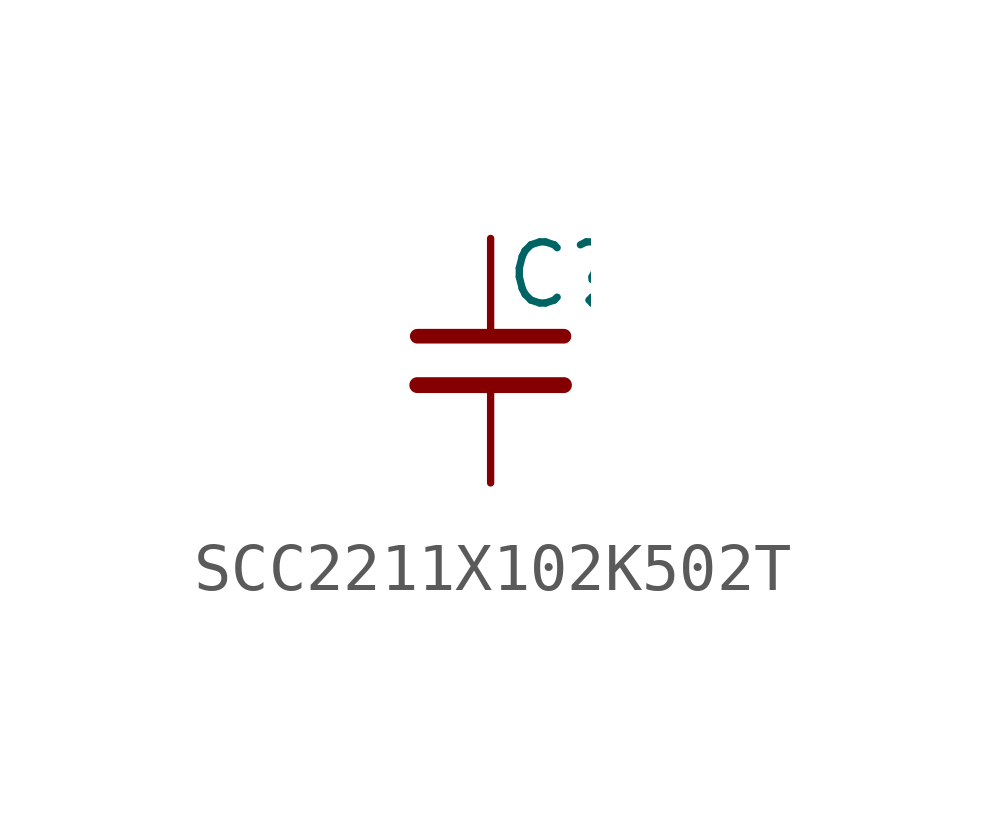
<source format=kicad_sym>
(kicad_symbol_lib
  (version 20241209)
  (generator "kicad_symbol_editor")
  (generator_version "9.0")
  (symbol "SCC2211X102K502T"
    (pin_numbers
      (hide yes))
    (pin_names
      (offset 0.254)
      (hide yes))
    (property "Reference" "C"
      (at 0.254 1.778 0)
      (effects (font (size 1.27 1.27)) (justify left)))
    (symbol "SCC2211X102K502T_0_1"
      (polyline (pts (xy -1.524 0.508) (xy 1.524 0.508)) (stroke (width 0.305) (type default)) (fill (type none)))
      (polyline (pts (xy -1.524 -0.508) (xy 1.524 -0.508)) (stroke (width 0.33) (type default)) (fill (type none))))
    (symbol "SCC2211X102K502T_1_1"
      (pin passive line (at 0 2.54 270) (length 2.032) (name "~" (effects (font (size 1.27 1.27)))) (number "1" (effects (font (size 1.27 1.27)))))
      (pin passive line (at 0 -2.54 90) (length 2.032) (name "~" (effects (font (size 1.27 1.27)))) (number "2" (effects (font (size 1.27 1.27))))))))
</source>
